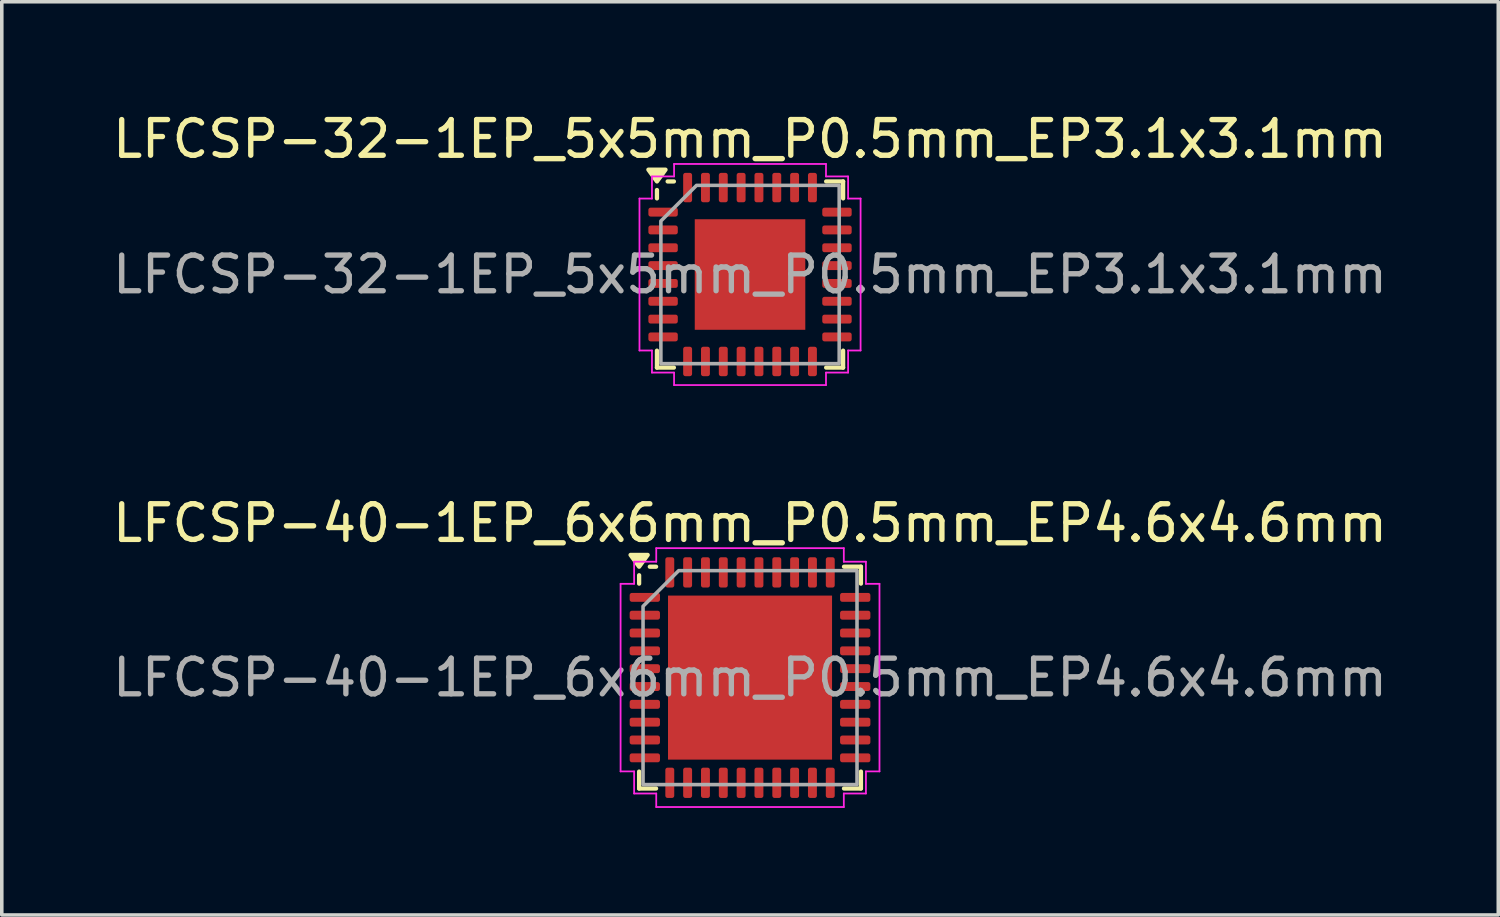
<source format=kicad_pcb>
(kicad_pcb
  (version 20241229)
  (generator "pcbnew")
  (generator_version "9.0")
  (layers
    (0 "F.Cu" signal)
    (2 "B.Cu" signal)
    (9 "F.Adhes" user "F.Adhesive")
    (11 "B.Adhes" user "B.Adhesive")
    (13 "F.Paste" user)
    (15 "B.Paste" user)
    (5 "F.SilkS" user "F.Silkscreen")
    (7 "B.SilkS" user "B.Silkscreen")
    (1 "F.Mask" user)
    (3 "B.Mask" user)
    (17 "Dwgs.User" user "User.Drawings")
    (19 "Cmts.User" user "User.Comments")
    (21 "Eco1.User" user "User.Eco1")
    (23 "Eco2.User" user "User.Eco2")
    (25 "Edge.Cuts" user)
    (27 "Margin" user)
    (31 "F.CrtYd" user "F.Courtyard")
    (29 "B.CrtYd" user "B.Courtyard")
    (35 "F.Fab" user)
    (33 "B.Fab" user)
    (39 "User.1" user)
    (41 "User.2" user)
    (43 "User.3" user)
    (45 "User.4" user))
  (footprint "LFCSP-32-1EP_5x5mm_P0.5mm_EP3.1x3.1mm"
    (layer "F.Cu")
    (at 17.982 4.648)
    (property "Reference" "LFCSP-32-1EP_5x5mm_P0.5mm_EP3.1x3.1mm" (at 0 -3.8 0) (layer "F.SilkS") (effects (font (size 1 1) (thickness 0.15))))
    (attr smd)
    (fp_line (start -2.61 -2.135) (end -2.61 -2.37) (stroke (width 0.12) (type solid)) (layer "F.SilkS"))
    (fp_line (start -2.61 2.61) (end -2.61 2.135) (stroke (width 0.12) (type solid)) (layer "F.SilkS"))
    (fp_line (start -2.135 -2.61) (end -2.31 -2.61) (stroke (width 0.12) (type solid)) (layer "F.SilkS"))
    (fp_line (start -2.135 2.61) (end -2.61 2.61) (stroke (width 0.12) (type solid)) (layer "F.SilkS"))
    (fp_line (start 2.135 -2.61) (end 2.61 -2.61) (stroke (width 0.12) (type solid)) (layer "F.SilkS"))
    (fp_line (start 2.135 2.61) (end 2.61 2.61) (stroke (width 0.12) (type solid)) (layer "F.SilkS"))
    (fp_line (start 2.61 -2.61) (end 2.61 -2.135) (stroke (width 0.12) (type solid)) (layer "F.SilkS"))
    (fp_line (start 2.61 2.61) (end 2.61 2.135) (stroke (width 0.12) (type solid)) (layer "F.SilkS"))
    (fp_poly (pts (xy -2.61 -2.61) (xy -2.85 -2.94) (xy -2.37 -2.94)) (stroke (width 0.12) (type solid)) (fill yes) (layer "F.SilkS"))
    (fp_line (start -3.1 -2.13) (end -2.75 -2.13) (stroke (width 0.05) (type solid)) (layer "F.CrtYd"))
    (fp_line (start -3.1 2.13) (end -3.1 -2.13) (stroke (width 0.05) (type solid)) (layer "F.CrtYd"))
    (fp_line (start -2.75 -2.75) (end -2.13 -2.75) (stroke (width 0.05) (type solid)) (layer "F.CrtYd"))
    (fp_line (start -2.75 -2.13) (end -2.75 -2.75) (stroke (width 0.05) (type solid)) (layer "F.CrtYd"))
    (fp_line (start -2.75 2.13) (end -3.1 2.13) (stroke (width 0.05) (type solid)) (layer "F.CrtYd"))
    (fp_line (start -2.75 2.75) (end -2.75 2.13) (stroke (width 0.05) (type solid)) (layer "F.CrtYd"))
    (fp_line (start -2.13 -3.1) (end 2.13 -3.1) (stroke (width 0.05) (type solid)) (layer "F.CrtYd"))
    (fp_line (start -2.13 -2.75) (end -2.13 -3.1) (stroke (width 0.05) (type solid)) (layer "F.CrtYd"))
    (fp_line (start -2.13 2.75) (end -2.75 2.75) (stroke (width 0.05) (type solid)) (layer "F.CrtYd"))
    (fp_line (start -2.13 3.1) (end -2.13 2.75) (stroke (width 0.05) (type solid)) (layer "F.CrtYd"))
    (fp_line (start 2.13 -3.1) (end 2.13 -2.75) (stroke (width 0.05) (type solid)) (layer "F.CrtYd"))
    (fp_line (start 2.13 -2.75) (end 2.75 -2.75) (stroke (width 0.05) (type solid)) (layer "F.CrtYd"))
    (fp_line (start 2.13 2.75) (end 2.13 3.1) (stroke (width 0.05) (type solid)) (layer "F.CrtYd"))
    (fp_line (start 2.13 3.1) (end -2.13 3.1) (stroke (width 0.05) (type solid)) (layer "F.CrtYd"))
    (fp_line (start 2.75 -2.75) (end 2.75 -2.13) (stroke (width 0.05) (type solid)) (layer "F.CrtYd"))
    (fp_line (start 2.75 -2.13) (end 3.1 -2.13) (stroke (width 0.05) (type solid)) (layer "F.CrtYd"))
    (fp_line (start 2.75 2.13) (end 2.75 2.75) (stroke (width 0.05) (type solid)) (layer "F.CrtYd"))
    (fp_line (start 2.75 2.75) (end 2.13 2.75) (stroke (width 0.05) (type solid)) (layer "F.CrtYd"))
    (fp_line (start 3.1 -2.13) (end 3.1 2.13) (stroke (width 0.05) (type solid)) (layer "F.CrtYd"))
    (fp_line (start 3.1 2.13) (end 2.75 2.13) (stroke (width 0.05) (type solid)) (layer "F.CrtYd"))
    (fp_poly (pts (xy -2.5 -1.5) (xy -2.5 2.5) (xy 2.5 2.5) (xy 2.5 -2.5) (xy -1.5 -2.5)) (stroke (width 0.1) (type solid)) (fill no) (layer "F.Fab"))
    (fp_text user "${REFERENCE}" (at 0 0 0) (layer "F.Fab") (effects (font (size 1 1) (thickness 0.15))))
    (pad "" smd roundrect (at -1.03 -1.03) (size 0.83 0.83) (layers "F.Paste") (roundrect_rratio 0.25))
    (pad "" smd roundrect (at -1.03 0) (size 0.83 0.83) (layers "F.Paste") (roundrect_rratio 0.25))
    (pad "" smd roundrect (at -1.03 1.03) (size 0.83 0.83) (layers "F.Paste") (roundrect_rratio 0.25))
    (pad "" smd roundrect (at 0 -1.03) (size 0.83 0.83) (layers "F.Paste") (roundrect_rratio 0.25))
    (pad "" smd roundrect (at 0 0) (size 0.83 0.83) (layers "F.Paste") (roundrect_rratio 0.25))
    (pad "" smd roundrect (at 0 1.03) (size 0.83 0.83) (layers "F.Paste") (roundrect_rratio 0.25))
    (pad "" smd roundrect (at 1.03 -1.03) (size 0.83 0.83) (layers "F.Paste") (roundrect_rratio 0.25))
    (pad "" smd roundrect (at 1.03 0) (size 0.83 0.83) (layers "F.Paste") (roundrect_rratio 0.25))
    (pad "" smd roundrect (at 1.03 1.03) (size 0.83 0.83) (layers "F.Paste") (roundrect_rratio 0.25))
    (pad "1" smd roundrect (at -2.438 -1.75) (size 0.825 0.25) (layers "F.Cu" "F.Mask" "F.Paste") (roundrect_rratio 0.25))
    (pad "2" smd roundrect (at -2.438 -1.25) (size 0.825 0.25) (layers "F.Cu" "F.Mask" "F.Paste") (roundrect_rratio 0.25))
    (pad "3" smd roundrect (at -2.438 -0.75) (size 0.825 0.25) (layers "F.Cu" "F.Mask" "F.Paste") (roundrect_rratio 0.25))
    (pad "4" smd roundrect (at -2.438 -0.25) (size 0.825 0.25) (layers "F.Cu" "F.Mask" "F.Paste") (roundrect_rratio 0.25))
    (pad "5" smd roundrect (at -2.438 0.25) (size 0.825 0.25) (layers "F.Cu" "F.Mask" "F.Paste") (roundrect_rratio 0.25))
    (pad "6" smd roundrect (at -2.438 0.75) (size 0.825 0.25) (layers "F.Cu" "F.Mask" "F.Paste") (roundrect_rratio 0.25))
    (pad "7" smd roundrect (at -2.438 1.25) (size 0.825 0.25) (layers "F.Cu" "F.Mask" "F.Paste") (roundrect_rratio 0.25))
    (pad "8" smd roundrect (at -2.438 1.75) (size 0.825 0.25) (layers "F.Cu" "F.Mask" "F.Paste") (roundrect_rratio 0.25))
    (pad "9" smd roundrect (at -1.75 2.438) (size 0.25 0.825) (layers "F.Cu" "F.Mask" "F.Paste") (roundrect_rratio 0.25))
    (pad "10" smd roundrect (at -1.25 2.438) (size 0.25 0.825) (layers "F.Cu" "F.Mask" "F.Paste") (roundrect_rratio 0.25))
    (pad "11" smd roundrect (at -0.75 2.438) (size 0.25 0.825) (layers "F.Cu" "F.Mask" "F.Paste") (roundrect_rratio 0.25))
    (pad "12" smd roundrect (at -0.25 2.438) (size 0.25 0.825) (layers "F.Cu" "F.Mask" "F.Paste") (roundrect_rratio 0.25))
    (pad "13" smd roundrect (at 0.25 2.438) (size 0.25 0.825) (layers "F.Cu" "F.Mask" "F.Paste") (roundrect_rratio 0.25))
    (pad "14" smd roundrect (at 0.75 2.438) (size 0.25 0.825) (layers "F.Cu" "F.Mask" "F.Paste") (roundrect_rratio 0.25))
    (pad "15" smd roundrect (at 1.25 2.438) (size 0.25 0.825) (layers "F.Cu" "F.Mask" "F.Paste") (roundrect_rratio 0.25))
    (pad "16" smd roundrect (at 1.75 2.438) (size 0.25 0.825) (layers "F.Cu" "F.Mask" "F.Paste") (roundrect_rratio 0.25))
    (pad "17" smd roundrect (at 2.438 1.75) (size 0.825 0.25) (layers "F.Cu" "F.Mask" "F.Paste") (roundrect_rratio 0.25))
    (pad "18" smd roundrect (at 2.438 1.25) (size 0.825 0.25) (layers "F.Cu" "F.Mask" "F.Paste") (roundrect_rratio 0.25))
    (pad "19" smd roundrect (at 2.438 0.75) (size 0.825 0.25) (layers "F.Cu" "F.Mask" "F.Paste") (roundrect_rratio 0.25))
    (pad "20" smd roundrect (at 2.438 0.25) (size 0.825 0.25) (layers "F.Cu" "F.Mask" "F.Paste") (roundrect_rratio 0.25))
    (pad "21" smd roundrect (at 2.438 -0.25) (size 0.825 0.25) (layers "F.Cu" "F.Mask" "F.Paste") (roundrect_rratio 0.25))
    (pad "22" smd roundrect (at 2.438 -0.75) (size 0.825 0.25) (layers "F.Cu" "F.Mask" "F.Paste") (roundrect_rratio 0.25))
    (pad "23" smd roundrect (at 2.438 -1.25) (size 0.825 0.25) (layers "F.Cu" "F.Mask" "F.Paste") (roundrect_rratio 0.25))
    (pad "24" smd roundrect (at 2.438 -1.75) (size 0.825 0.25) (layers "F.Cu" "F.Mask" "F.Paste") (roundrect_rratio 0.25))
    (pad "25" smd roundrect (at 1.75 -2.438) (size 0.25 0.825) (layers "F.Cu" "F.Mask" "F.Paste") (roundrect_rratio 0.25))
    (pad "26" smd roundrect (at 1.25 -2.438) (size 0.25 0.825) (layers "F.Cu" "F.Mask" "F.Paste") (roundrect_rratio 0.25))
    (pad "27" smd roundrect (at 0.75 -2.438) (size 0.25 0.825) (layers "F.Cu" "F.Mask" "F.Paste") (roundrect_rratio 0.25))
    (pad "28" smd roundrect (at 0.25 -2.438) (size 0.25 0.825) (layers "F.Cu" "F.Mask" "F.Paste") (roundrect_rratio 0.25))
    (pad "29" smd roundrect (at -0.25 -2.438) (size 0.25 0.825) (layers "F.Cu" "F.Mask" "F.Paste") (roundrect_rratio 0.25))
    (pad "30" smd roundrect (at -0.75 -2.438) (size 0.25 0.825) (layers "F.Cu" "F.Mask" "F.Paste") (roundrect_rratio 0.25))
    (pad "31" smd roundrect (at -1.25 -2.438) (size 0.25 0.825) (layers "F.Cu" "F.Mask" "F.Paste") (roundrect_rratio 0.25))
    (pad "32" smd roundrect (at -1.75 -2.438) (size 0.25 0.825) (layers "F.Cu" "F.Mask" "F.Paste") (roundrect_rratio 0.25))
    (pad "33" smd rect (at 0 0) (size 3.1 3.1) (property pad_prop_heatsink) (layers "F.Cu" "F.Mask")))
  (footprint "LFCSP-40-1EP_6x6mm_P0.5mm_EP4.6x4.6mm"
    (layer "F.Cu")
    (at 17.982 15.951)
    (property "Reference" "LFCSP-40-1EP_6x6mm_P0.5mm_EP4.6x4.6mm" (at 0 -4.33 0) (layer "F.SilkS") (effects (font (size 1 1) (thickness 0.15))))
    (attr smd)
    (fp_line (start -3.11 -2.635) (end -3.11 -2.87) (stroke (width 0.12) (type solid)) (layer "F.SilkS"))
    (fp_line (start -3.11 3.11) (end -3.11 2.635) (stroke (width 0.12) (type solid)) (layer "F.SilkS"))
    (fp_line (start -2.635 -3.11) (end -2.81 -3.11) (stroke (width 0.12) (type solid)) (layer "F.SilkS"))
    (fp_line (start -2.635 3.11) (end -3.11 3.11) (stroke (width 0.12) (type solid)) (layer "F.SilkS"))
    (fp_line (start 2.635 -3.11) (end 3.11 -3.11) (stroke (width 0.12) (type solid)) (layer "F.SilkS"))
    (fp_line (start 2.635 3.11) (end 3.11 3.11) (stroke (width 0.12) (type solid)) (layer "F.SilkS"))
    (fp_line (start 3.11 -3.11) (end 3.11 -2.635) (stroke (width 0.12) (type solid)) (layer "F.SilkS"))
    (fp_line (start 3.11 3.11) (end 3.11 2.635) (stroke (width 0.12) (type solid)) (layer "F.SilkS"))
    (fp_poly (pts (xy -3.11 -3.11) (xy -3.35 -3.44) (xy -2.87 -3.44)) (stroke (width 0.12) (type solid)) (fill yes) (layer "F.SilkS"))
    (fp_line (start -3.63 -2.63) (end -3.25 -2.63) (stroke (width 0.05) (type solid)) (layer "F.CrtYd"))
    (fp_line (start -3.63 2.63) (end -3.63 -2.63) (stroke (width 0.05) (type solid)) (layer "F.CrtYd"))
    (fp_line (start -3.25 -3.25) (end -2.63 -3.25) (stroke (width 0.05) (type solid)) (layer "F.CrtYd"))
    (fp_line (start -3.25 -2.63) (end -3.25 -3.25) (stroke (width 0.05) (type solid)) (layer "F.CrtYd"))
    (fp_line (start -3.25 2.63) (end -3.63 2.63) (stroke (width 0.05) (type solid)) (layer "F.CrtYd"))
    (fp_line (start -3.25 3.25) (end -3.25 2.63) (stroke (width 0.05) (type solid)) (layer "F.CrtYd"))
    (fp_line (start -2.63 -3.63) (end 2.63 -3.63) (stroke (width 0.05) (type solid)) (layer "F.CrtYd"))
    (fp_line (start -2.63 -3.25) (end -2.63 -3.63) (stroke (width 0.05) (type solid)) (layer "F.CrtYd"))
    (fp_line (start -2.63 3.25) (end -3.25 3.25) (stroke (width 0.05) (type solid)) (layer "F.CrtYd"))
    (fp_line (start -2.63 3.63) (end -2.63 3.25) (stroke (width 0.05) (type solid)) (layer "F.CrtYd"))
    (fp_line (start 2.63 -3.63) (end 2.63 -3.25) (stroke (width 0.05) (type solid)) (layer "F.CrtYd"))
    (fp_line (start 2.63 -3.25) (end 3.25 -3.25) (stroke (width 0.05) (type solid)) (layer "F.CrtYd"))
    (fp_line (start 2.63 3.25) (end 2.63 3.63) (stroke (width 0.05) (type solid)) (layer "F.CrtYd"))
    (fp_line (start 2.63 3.63) (end -2.63 3.63) (stroke (width 0.05) (type solid)) (layer "F.CrtYd"))
    (fp_line (start 3.25 -3.25) (end 3.25 -2.63) (stroke (width 0.05) (type solid)) (layer "F.CrtYd"))
    (fp_line (start 3.25 -2.63) (end 3.63 -2.63) (stroke (width 0.05) (type solid)) (layer "F.CrtYd"))
    (fp_line (start 3.25 2.63) (end 3.25 3.25) (stroke (width 0.05) (type solid)) (layer "F.CrtYd"))
    (fp_line (start 3.25 3.25) (end 2.63 3.25) (stroke (width 0.05) (type solid)) (layer "F.CrtYd"))
    (fp_line (start 3.63 -2.63) (end 3.63 2.63) (stroke (width 0.05) (type solid)) (layer "F.CrtYd"))
    (fp_line (start 3.63 2.63) (end 3.25 2.63) (stroke (width 0.05) (type solid)) (layer "F.CrtYd"))
    (fp_poly (pts (xy -3 -2) (xy -3 3) (xy 3 3) (xy 3 -3) (xy -2 -3)) (stroke (width 0.1) (type solid)) (fill no) (layer "F.Fab"))
    (fp_text user "${REFERENCE}" (at 0 0 0) (layer "F.Fab") (effects (font (size 1 1) (thickness 0.15))))
    (pad "" smd roundrect (at -1.15 -1.15) (size 1.85 1.85) (layers "F.Paste") (roundrect_rratio 0.135))
    (pad "" smd roundrect (at -1.15 1.15) (size 1.85 1.85) (layers "F.Paste") (roundrect_rratio 0.135))
    (pad "" smd roundrect (at 1.15 -1.15) (size 1.85 1.85) (layers "F.Paste") (roundrect_rratio 0.135))
    (pad "" smd roundrect (at 1.15 1.15) (size 1.85 1.85) (layers "F.Paste") (roundrect_rratio 0.135))
    (pad "1" smd roundrect (at -2.95 -2.25) (size 0.85 0.25) (layers "F.Cu" "F.Mask" "F.Paste") (roundrect_rratio 0.25))
    (pad "2" smd roundrect (at -2.95 -1.75) (size 0.85 0.25) (layers "F.Cu" "F.Mask" "F.Paste") (roundrect_rratio 0.25))
    (pad "3" smd roundrect (at -2.95 -1.25) (size 0.85 0.25) (layers "F.Cu" "F.Mask" "F.Paste") (roundrect_rratio 0.25))
    (pad "4" smd roundrect (at -2.95 -0.75) (size 0.85 0.25) (layers "F.Cu" "F.Mask" "F.Paste") (roundrect_rratio 0.25))
    (pad "5" smd roundrect (at -2.95 -0.25) (size 0.85 0.25) (layers "F.Cu" "F.Mask" "F.Paste") (roundrect_rratio 0.25))
    (pad "6" smd roundrect (at -2.95 0.25) (size 0.85 0.25) (layers "F.Cu" "F.Mask" "F.Paste") (roundrect_rratio 0.25))
    (pad "7" smd roundrect (at -2.95 0.75) (size 0.85 0.25) (layers "F.Cu" "F.Mask" "F.Paste") (roundrect_rratio 0.25))
    (pad "8" smd roundrect (at -2.95 1.25) (size 0.85 0.25) (layers "F.Cu" "F.Mask" "F.Paste") (roundrect_rratio 0.25))
    (pad "9" smd roundrect (at -2.95 1.75) (size 0.85 0.25) (layers "F.Cu" "F.Mask" "F.Paste") (roundrect_rratio 0.25))
    (pad "10" smd roundrect (at -2.95 2.25) (size 0.85 0.25) (layers "F.Cu" "F.Mask" "F.Paste") (roundrect_rratio 0.25))
    (pad "11" smd roundrect (at -2.25 2.95) (size 0.25 0.85) (layers "F.Cu" "F.Mask" "F.Paste") (roundrect_rratio 0.25))
    (pad "12" smd roundrect (at -1.75 2.95) (size 0.25 0.85) (layers "F.Cu" "F.Mask" "F.Paste") (roundrect_rratio 0.25))
    (pad "13" smd roundrect (at -1.25 2.95) (size 0.25 0.85) (layers "F.Cu" "F.Mask" "F.Paste") (roundrect_rratio 0.25))
    (pad "14" smd roundrect (at -0.75 2.95) (size 0.25 0.85) (layers "F.Cu" "F.Mask" "F.Paste") (roundrect_rratio 0.25))
    (pad "15" smd roundrect (at -0.25 2.95) (size 0.25 0.85) (layers "F.Cu" "F.Mask" "F.Paste") (roundrect_rratio 0.25))
    (pad "16" smd roundrect (at 0.25 2.95) (size 0.25 0.85) (layers "F.Cu" "F.Mask" "F.Paste") (roundrect_rratio 0.25))
    (pad "17" smd roundrect (at 0.75 2.95) (size 0.25 0.85) (layers "F.Cu" "F.Mask" "F.Paste") (roundrect_rratio 0.25))
    (pad "18" smd roundrect (at 1.25 2.95) (size 0.25 0.85) (layers "F.Cu" "F.Mask" "F.Paste") (roundrect_rratio 0.25))
    (pad "19" smd roundrect (at 1.75 2.95) (size 0.25 0.85) (layers "F.Cu" "F.Mask" "F.Paste") (roundrect_rratio 0.25))
    (pad "20" smd roundrect (at 2.25 2.95) (size 0.25 0.85) (layers "F.Cu" "F.Mask" "F.Paste") (roundrect_rratio 0.25))
    (pad "21" smd roundrect (at 2.95 2.25) (size 0.85 0.25) (layers "F.Cu" "F.Mask" "F.Paste") (roundrect_rratio 0.25))
    (pad "22" smd roundrect (at 2.95 1.75) (size 0.85 0.25) (layers "F.Cu" "F.Mask" "F.Paste") (roundrect_rratio 0.25))
    (pad "23" smd roundrect (at 2.95 1.25) (size 0.85 0.25) (layers "F.Cu" "F.Mask" "F.Paste") (roundrect_rratio 0.25))
    (pad "24" smd roundrect (at 2.95 0.75) (size 0.85 0.25) (layers "F.Cu" "F.Mask" "F.Paste") (roundrect_rratio 0.25))
    (pad "25" smd roundrect (at 2.95 0.25) (size 0.85 0.25) (layers "F.Cu" "F.Mask" "F.Paste") (roundrect_rratio 0.25))
    (pad "26" smd roundrect (at 2.95 -0.25) (size 0.85 0.25) (layers "F.Cu" "F.Mask" "F.Paste") (roundrect_rratio 0.25))
    (pad "27" smd roundrect (at 2.95 -0.75) (size 0.85 0.25) (layers "F.Cu" "F.Mask" "F.Paste") (roundrect_rratio 0.25))
    (pad "28" smd roundrect (at 2.95 -1.25) (size 0.85 0.25) (layers "F.Cu" "F.Mask" "F.Paste") (roundrect_rratio 0.25))
    (pad "29" smd roundrect (at 2.95 -1.75) (size 0.85 0.25) (layers "F.Cu" "F.Mask" "F.Paste") (roundrect_rratio 0.25))
    (pad "30" smd roundrect (at 2.95 -2.25) (size 0.85 0.25) (layers "F.Cu" "F.Mask" "F.Paste") (roundrect_rratio 0.25))
    (pad "31" smd roundrect (at 2.25 -2.95) (size 0.25 0.85) (layers "F.Cu" "F.Mask" "F.Paste") (roundrect_rratio 0.25))
    (pad "32" smd roundrect (at 1.75 -2.95) (size 0.25 0.85) (layers "F.Cu" "F.Mask" "F.Paste") (roundrect_rratio 0.25))
    (pad "33" smd roundrect (at 1.25 -2.95) (size 0.25 0.85) (layers "F.Cu" "F.Mask" "F.Paste") (roundrect_rratio 0.25))
    (pad "34" smd roundrect (at 0.75 -2.95) (size 0.25 0.85) (layers "F.Cu" "F.Mask" "F.Paste") (roundrect_rratio 0.25))
    (pad "35" smd roundrect (at 0.25 -2.95) (size 0.25 0.85) (layers "F.Cu" "F.Mask" "F.Paste") (roundrect_rratio 0.25))
    (pad "36" smd roundrect (at -0.25 -2.95) (size 0.25 0.85) (layers "F.Cu" "F.Mask" "F.Paste") (roundrect_rratio 0.25))
    (pad "37" smd roundrect (at -0.75 -2.95) (size 0.25 0.85) (layers "F.Cu" "F.Mask" "F.Paste") (roundrect_rratio 0.25))
    (pad "38" smd roundrect (at -1.25 -2.95) (size 0.25 0.85) (layers "F.Cu" "F.Mask" "F.Paste") (roundrect_rratio 0.25))
    (pad "39" smd roundrect (at -1.75 -2.95) (size 0.25 0.85) (layers "F.Cu" "F.Mask" "F.Paste") (roundrect_rratio 0.25))
    (pad "40" smd roundrect (at -2.25 -2.95) (size 0.25 0.85) (layers "F.Cu" "F.Mask" "F.Paste") (roundrect_rratio 0.25))
    (pad "41" smd rect (at 0 0) (size 4.6 4.6) (property pad_prop_heatsink) (layers "F.Cu" "F.Mask")))
  (gr_rect
    (start -3 -3)
    (end 38.964 22.607)
    (stroke (width 0.1) (type default))
    (fill no)
    (layer "Edge.Cuts")))
</source>
